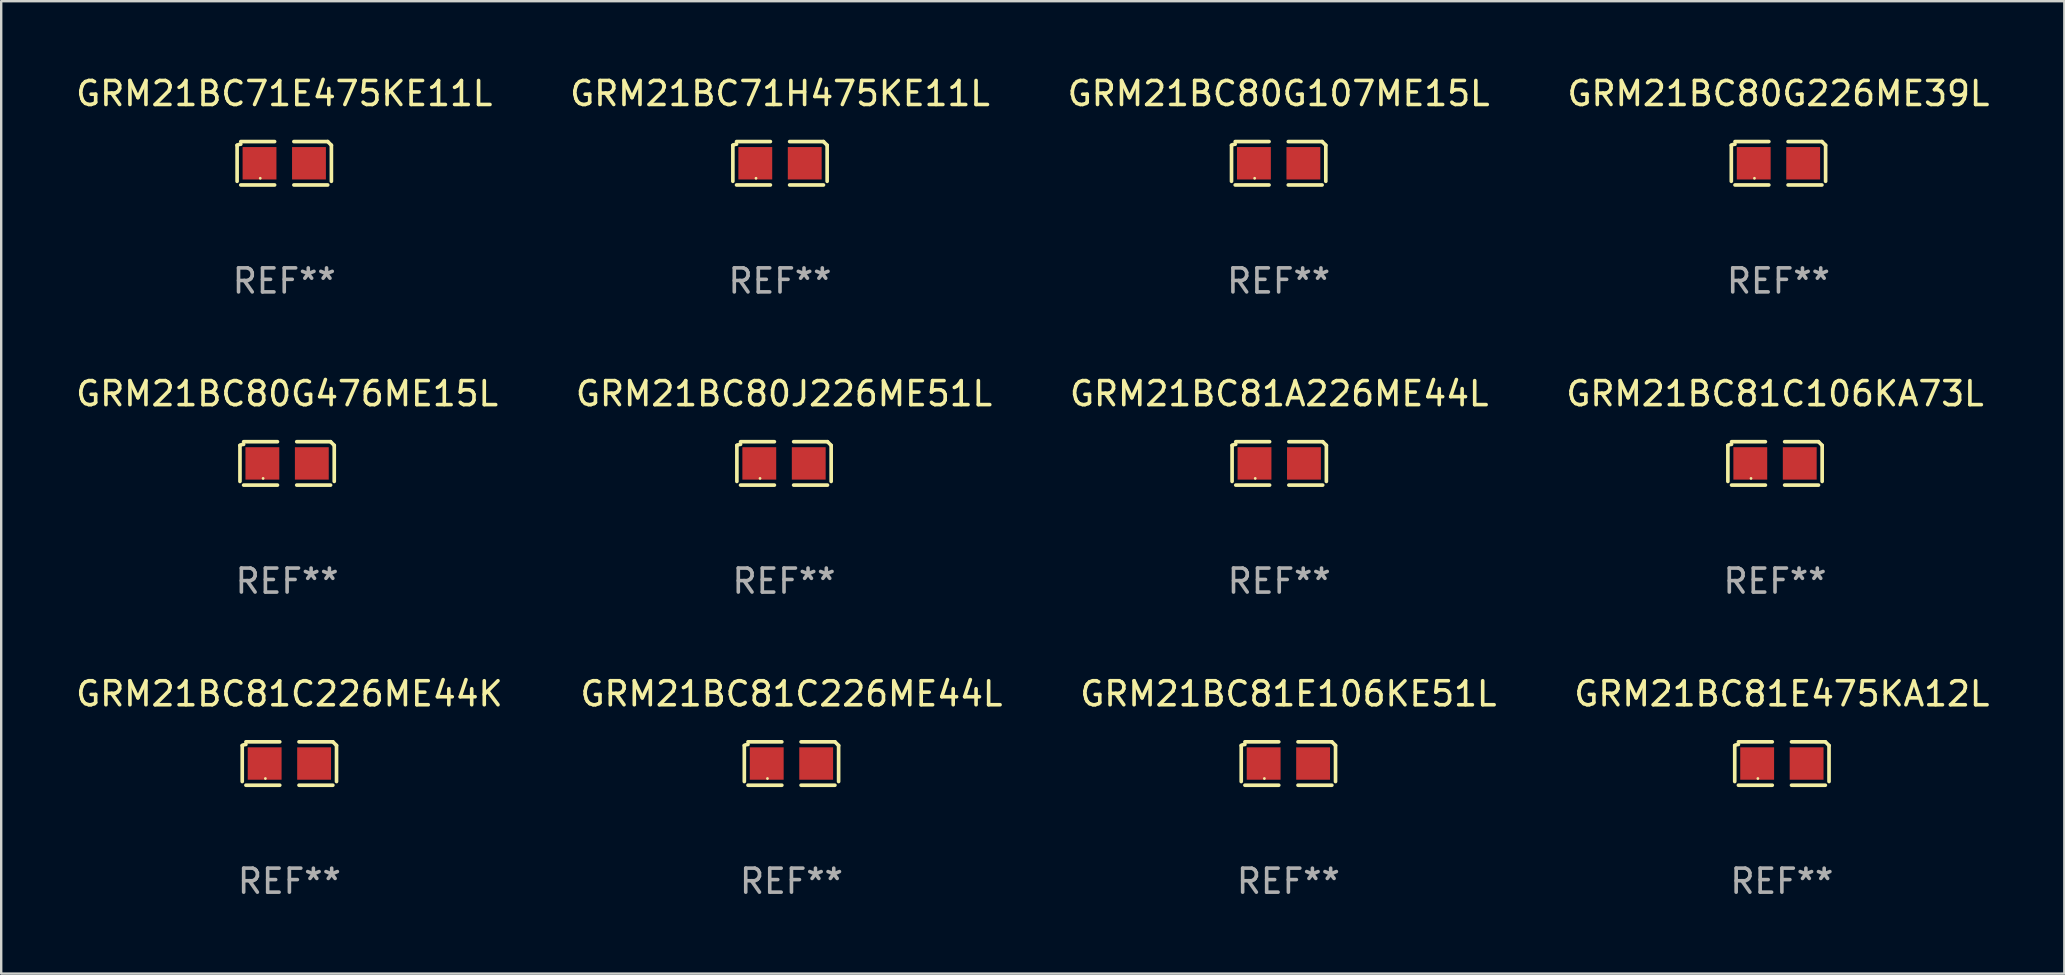
<source format=kicad_pcb>
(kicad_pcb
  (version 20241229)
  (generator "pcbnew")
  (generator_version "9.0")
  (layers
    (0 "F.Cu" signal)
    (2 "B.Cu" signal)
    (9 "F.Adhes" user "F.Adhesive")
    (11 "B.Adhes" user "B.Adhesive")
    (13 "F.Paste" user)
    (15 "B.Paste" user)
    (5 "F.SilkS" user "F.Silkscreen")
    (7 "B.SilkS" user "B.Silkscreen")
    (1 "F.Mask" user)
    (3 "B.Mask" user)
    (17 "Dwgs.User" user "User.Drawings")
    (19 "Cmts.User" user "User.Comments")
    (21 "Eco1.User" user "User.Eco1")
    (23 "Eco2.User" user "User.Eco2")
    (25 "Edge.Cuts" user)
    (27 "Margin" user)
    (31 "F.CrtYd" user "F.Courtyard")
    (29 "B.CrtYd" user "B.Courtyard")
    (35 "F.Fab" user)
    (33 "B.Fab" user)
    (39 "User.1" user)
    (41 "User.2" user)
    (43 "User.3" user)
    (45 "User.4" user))
  (footprint "GRM21BC81E475KA12L"
    (layer "F.Cu")
    (at 71.185 28.759)
    (property "Reference" "GRM21BC81E475KA12L" (at 0 -2.904 0) (layer "F.SilkS") (effects (font (size 1 1) (thickness 0.15))))
    (attr through_hole)
    (fp_line (start -1.964 0.751) (end -1.964 -0.751) (stroke (width 0.152) (type solid)) (layer "F.SilkS"))
    (fp_line (start -1.811 -0.904) (end -0.401 -0.904) (stroke (width 0.152) (type solid)) (layer "F.SilkS"))
    (fp_line (start -0.401 0.904) (end -1.811 0.904) (stroke (width 0.152) (type solid)) (layer "F.SilkS"))
    (fp_line (start 0.401 0.904) (end 1.811 0.904) (stroke (width 0.152) (type solid)) (layer "F.SilkS"))
    (fp_line (start 1.811 -0.904) (end 0.401 -0.904) (stroke (width 0.152) (type solid)) (layer "F.SilkS"))
    (fp_line (start 1.964 0.751) (end 1.964 -0.751) (stroke (width 0.152) (type solid)) (layer "F.SilkS"))
    (fp_arc (start -1.963602 -0.751207) (mid -1.890354 -0.783131) (end -1.811201 -0.794044) (stroke (width 0.1524) (type solid)) (layer "F.SilkS"))
    (fp_arc (start 1.811202 -0.903607) (mid 1.887413 -0.827418) (end 1.963602 -0.751207) (stroke (width 0.1524) (type solid)) (layer "F.SilkS"))
    (fp_circle (center -1 0.625) (end -0.97 0.625) (stroke (width 0.06) (type solid)) (fill no) (layer "F.SilkS"))
    (fp_text user "REF**" (at 0 4.904 0) (layer "F.Fab") (effects (font (size 1 1) (thickness 0.15))))
    (pad "1" smd rect (at -1.03 0) (size 1.41 1.35) (layers "F.Cu" "F.Mask" "F.Paste"))
    (pad "2" smd rect (at 1.03 0) (size 1.41 1.35) (layers "F.Cu" "F.Mask" "F.Paste")))
  (footprint "GRM21BC80G226ME39L"
    (layer "F.Cu")
    (at 71.042 3.752)
    (property "Reference" "GRM21BC80G226ME39L" (at 0 -2.904 0) (layer "F.SilkS") (effects (font (size 1 1) (thickness 0.15))))
    (attr through_hole)
    (fp_line (start -1.964 0.751) (end -1.964 -0.751) (stroke (width 0.152) (type solid)) (layer "F.SilkS"))
    (fp_line (start -1.811 -0.904) (end -0.401 -0.904) (stroke (width 0.152) (type solid)) (layer "F.SilkS"))
    (fp_line (start -0.401 0.904) (end -1.811 0.904) (stroke (width 0.152) (type solid)) (layer "F.SilkS"))
    (fp_line (start 0.401 0.904) (end 1.811 0.904) (stroke (width 0.152) (type solid)) (layer "F.SilkS"))
    (fp_line (start 1.811 -0.904) (end 0.401 -0.904) (stroke (width 0.152) (type solid)) (layer "F.SilkS"))
    (fp_line (start 1.964 0.751) (end 1.964 -0.751) (stroke (width 0.152) (type solid)) (layer "F.SilkS"))
    (fp_arc (start -1.963602 -0.751207) (mid -1.890354 -0.783131) (end -1.811201 -0.794044) (stroke (width 0.1524) (type solid)) (layer "F.SilkS"))
    (fp_arc (start 1.811202 -0.903607) (mid 1.887413 -0.827418) (end 1.963602 -0.751207) (stroke (width 0.1524) (type solid)) (layer "F.SilkS"))
    (fp_circle (center -1 0.625) (end -0.97 0.625) (stroke (width 0.06) (type solid)) (fill no) (layer "F.SilkS"))
    (fp_text user "REF**" (at 0 4.904 0) (layer "F.Fab") (effects (font (size 1 1) (thickness 0.15))))
    (pad "1" smd rect (at -1.03 0) (size 1.41 1.35) (layers "F.Cu" "F.Mask" "F.Paste"))
    (pad "2" smd rect (at 1.03 0) (size 1.41 1.35) (layers "F.Cu" "F.Mask" "F.Paste")))
  (footprint "GRM21BC81C226ME44K"
    (layer "F.Cu")
    (at 9.006 28.759)
    (property "Reference" "GRM21BC81C226ME44K" (at 0 -2.904 0) (layer "F.SilkS") (effects (font (size 1 1) (thickness 0.15))))
    (attr through_hole)
    (fp_line (start -1.964 0.751) (end -1.964 -0.751) (stroke (width 0.152) (type solid)) (layer "F.SilkS"))
    (fp_line (start -1.811 -0.904) (end -0.401 -0.904) (stroke (width 0.152) (type solid)) (layer "F.SilkS"))
    (fp_line (start -0.401 0.904) (end -1.811 0.904) (stroke (width 0.152) (type solid)) (layer "F.SilkS"))
    (fp_line (start 0.401 0.904) (end 1.811 0.904) (stroke (width 0.152) (type solid)) (layer "F.SilkS"))
    (fp_line (start 1.811 -0.904) (end 0.401 -0.904) (stroke (width 0.152) (type solid)) (layer "F.SilkS"))
    (fp_line (start 1.964 0.751) (end 1.964 -0.751) (stroke (width 0.152) (type solid)) (layer "F.SilkS"))
    (fp_arc (start -1.963602 -0.751207) (mid -1.890354 -0.783131) (end -1.811201 -0.794044) (stroke (width 0.1524) (type solid)) (layer "F.SilkS"))
    (fp_arc (start 1.811202 -0.903607) (mid 1.887413 -0.827418) (end 1.963602 -0.751207) (stroke (width 0.1524) (type solid)) (layer "F.SilkS"))
    (fp_circle (center -1 0.625) (end -0.97 0.625) (stroke (width 0.06) (type solid)) (fill no) (layer "F.SilkS"))
    (fp_text user "REF**" (at 0 4.904 0) (layer "F.Fab") (effects (font (size 1 1) (thickness 0.15))))
    (pad "1" smd rect (at -1.03 0) (size 1.41 1.35) (layers "F.Cu" "F.Mask" "F.Paste"))
    (pad "2" smd rect (at 1.03 0) (size 1.41 1.35) (layers "F.Cu" "F.Mask" "F.Paste")))
  (footprint "GRM21BC80J226ME51L"
    (layer "F.Cu")
    (at 29.613 16.256)
    (property "Reference" "GRM21BC80J226ME51L" (at 0 -2.904 0) (layer "F.SilkS") (effects (font (size 1 1) (thickness 0.15))))
    (attr through_hole)
    (fp_line (start -1.964 0.751) (end -1.964 -0.751) (stroke (width 0.152) (type solid)) (layer "F.SilkS"))
    (fp_line (start -1.811 -0.904) (end -0.401 -0.904) (stroke (width 0.152) (type solid)) (layer "F.SilkS"))
    (fp_line (start -0.401 0.904) (end -1.811 0.904) (stroke (width 0.152) (type solid)) (layer "F.SilkS"))
    (fp_line (start 0.401 0.904) (end 1.811 0.904) (stroke (width 0.152) (type solid)) (layer "F.SilkS"))
    (fp_line (start 1.811 -0.904) (end 0.401 -0.904) (stroke (width 0.152) (type solid)) (layer "F.SilkS"))
    (fp_line (start 1.964 0.751) (end 1.964 -0.751) (stroke (width 0.152) (type solid)) (layer "F.SilkS"))
    (fp_arc (start -1.963602 -0.751207) (mid -1.890354 -0.783131) (end -1.811201 -0.794044) (stroke (width 0.1524) (type solid)) (layer "F.SilkS"))
    (fp_arc (start 1.811202 -0.903607) (mid 1.887413 -0.827418) (end 1.963602 -0.751207) (stroke (width 0.1524) (type solid)) (layer "F.SilkS"))
    (fp_circle (center -1 0.625) (end -0.97 0.625) (stroke (width 0.06) (type solid)) (fill no) (layer "F.SilkS"))
    (fp_text user "REF**" (at 0 4.904 0) (layer "F.Fab") (effects (font (size 1 1) (thickness 0.15))))
    (pad "1" smd rect (at -1.03 0) (size 1.41 1.35) (layers "F.Cu" "F.Mask" "F.Paste"))
    (pad "2" smd rect (at 1.03 0) (size 1.41 1.35) (layers "F.Cu" "F.Mask" "F.Paste")))
  (footprint "GRM21BC81E106KE51L"
    (layer "F.Cu")
    (at 50.625 28.759)
    (property "Reference" "GRM21BC81E106KE51L" (at 0 -2.904 0) (layer "F.SilkS") (effects (font (size 1 1) (thickness 0.15))))
    (attr through_hole)
    (fp_line (start -1.964 0.751) (end -1.964 -0.751) (stroke (width 0.152) (type solid)) (layer "F.SilkS"))
    (fp_line (start -1.811 -0.904) (end -0.401 -0.904) (stroke (width 0.152) (type solid)) (layer "F.SilkS"))
    (fp_line (start -0.401 0.904) (end -1.811 0.904) (stroke (width 0.152) (type solid)) (layer "F.SilkS"))
    (fp_line (start 0.401 0.904) (end 1.811 0.904) (stroke (width 0.152) (type solid)) (layer "F.SilkS"))
    (fp_line (start 1.811 -0.904) (end 0.401 -0.904) (stroke (width 0.152) (type solid)) (layer "F.SilkS"))
    (fp_line (start 1.964 0.751) (end 1.964 -0.751) (stroke (width 0.152) (type solid)) (layer "F.SilkS"))
    (fp_arc (start -1.963602 -0.751207) (mid -1.890354 -0.783131) (end -1.811201 -0.794044) (stroke (width 0.1524) (type solid)) (layer "F.SilkS"))
    (fp_arc (start 1.811202 -0.903607) (mid 1.887413 -0.827418) (end 1.963602 -0.751207) (stroke (width 0.1524) (type solid)) (layer "F.SilkS"))
    (fp_circle (center -1 0.625) (end -0.97 0.625) (stroke (width 0.06) (type solid)) (fill no) (layer "F.SilkS"))
    (fp_text user "REF**" (at 0 4.904 0) (layer "F.Fab") (effects (font (size 1 1) (thickness 0.15))))
    (pad "1" smd rect (at -1.03 0) (size 1.41 1.35) (layers "F.Cu" "F.Mask" "F.Paste"))
    (pad "2" smd rect (at 1.03 0) (size 1.41 1.35) (layers "F.Cu" "F.Mask" "F.Paste")))
  (footprint "GRM21BC81C226ME44L"
    (layer "F.Cu")
    (at 29.923 28.759)
    (property "Reference" "GRM21BC81C226ME44L" (at 0 -2.904 0) (layer "F.SilkS") (effects (font (size 1 1) (thickness 0.15))))
    (attr through_hole)
    (fp_line (start -1.964 0.751) (end -1.964 -0.751) (stroke (width 0.152) (type solid)) (layer "F.SilkS"))
    (fp_line (start -1.811 -0.904) (end -0.401 -0.904) (stroke (width 0.152) (type solid)) (layer "F.SilkS"))
    (fp_line (start -0.401 0.904) (end -1.811 0.904) (stroke (width 0.152) (type solid)) (layer "F.SilkS"))
    (fp_line (start 0.401 0.904) (end 1.811 0.904) (stroke (width 0.152) (type solid)) (layer "F.SilkS"))
    (fp_line (start 1.811 -0.904) (end 0.401 -0.904) (stroke (width 0.152) (type solid)) (layer "F.SilkS"))
    (fp_line (start 1.964 0.751) (end 1.964 -0.751) (stroke (width 0.152) (type solid)) (layer "F.SilkS"))
    (fp_arc (start -1.963602 -0.751207) (mid -1.890354 -0.783131) (end -1.811201 -0.794044) (stroke (width 0.1524) (type solid)) (layer "F.SilkS"))
    (fp_arc (start 1.811202 -0.903607) (mid 1.887413 -0.827418) (end 1.963602 -0.751207) (stroke (width 0.1524) (type solid)) (layer "F.SilkS"))
    (fp_circle (center -1 0.625) (end -0.97 0.625) (stroke (width 0.06) (type solid)) (fill no) (layer "F.SilkS"))
    (fp_text user "REF**" (at 0 4.904 0) (layer "F.Fab") (effects (font (size 1 1) (thickness 0.15))))
    (pad "1" smd rect (at -1.03 0) (size 1.41 1.35) (layers "F.Cu" "F.Mask" "F.Paste"))
    (pad "2" smd rect (at 1.03 0) (size 1.41 1.35) (layers "F.Cu" "F.Mask" "F.Paste")))
  (footprint "GRM21BC71H475KE11L"
    (layer "F.Cu")
    (at 29.446 3.752)
    (property "Reference" "GRM21BC71H475KE11L" (at 0 -2.904 0) (layer "F.SilkS") (effects (font (size 1 1) (thickness 0.15))))
    (attr through_hole)
    (fp_line (start -1.964 0.751) (end -1.964 -0.751) (stroke (width 0.152) (type solid)) (layer "F.SilkS"))
    (fp_line (start -1.811 -0.904) (end -0.401 -0.904) (stroke (width 0.152) (type solid)) (layer "F.SilkS"))
    (fp_line (start -0.401 0.904) (end -1.811 0.904) (stroke (width 0.152) (type solid)) (layer "F.SilkS"))
    (fp_line (start 0.401 0.904) (end 1.811 0.904) (stroke (width 0.152) (type solid)) (layer "F.SilkS"))
    (fp_line (start 1.811 -0.904) (end 0.401 -0.904) (stroke (width 0.152) (type solid)) (layer "F.SilkS"))
    (fp_line (start 1.964 0.751) (end 1.964 -0.751) (stroke (width 0.152) (type solid)) (layer "F.SilkS"))
    (fp_arc (start -1.963602 -0.751207) (mid -1.890354 -0.783131) (end -1.811201 -0.794044) (stroke (width 0.1524) (type solid)) (layer "F.SilkS"))
    (fp_arc (start 1.811202 -0.903607) (mid 1.887413 -0.827418) (end 1.963602 -0.751207) (stroke (width 0.1524) (type solid)) (layer "F.SilkS"))
    (fp_circle (center -1 0.625) (end -0.97 0.625) (stroke (width 0.06) (type solid)) (fill no) (layer "F.SilkS"))
    (fp_text user "REF**" (at 0 4.904 0) (layer "F.Fab") (effects (font (size 1 1) (thickness 0.15))))
    (pad "1" smd rect (at -1.03 0) (size 1.41 1.35) (layers "F.Cu" "F.Mask" "F.Paste"))
    (pad "2" smd rect (at 1.03 0) (size 1.41 1.35) (layers "F.Cu" "F.Mask" "F.Paste")))
  (footprint "GRM21BC81A226ME44L"
    (layer "F.Cu")
    (at 50.244 16.256)
    (property "Reference" "GRM21BC81A226ME44L" (at 0 -2.904 0) (layer "F.SilkS") (effects (font (size 1 1) (thickness 0.15))))
    (attr through_hole)
    (fp_line (start -1.964 0.751) (end -1.964 -0.751) (stroke (width 0.152) (type solid)) (layer "F.SilkS"))
    (fp_line (start -1.811 -0.904) (end -0.401 -0.904) (stroke (width 0.152) (type solid)) (layer "F.SilkS"))
    (fp_line (start -0.401 0.904) (end -1.811 0.904) (stroke (width 0.152) (type solid)) (layer "F.SilkS"))
    (fp_line (start 0.401 0.904) (end 1.811 0.904) (stroke (width 0.152) (type solid)) (layer "F.SilkS"))
    (fp_line (start 1.811 -0.904) (end 0.401 -0.904) (stroke (width 0.152) (type solid)) (layer "F.SilkS"))
    (fp_line (start 1.964 0.751) (end 1.964 -0.751) (stroke (width 0.152) (type solid)) (layer "F.SilkS"))
    (fp_arc (start -1.963602 -0.751207) (mid -1.890354 -0.783131) (end -1.811201 -0.794044) (stroke (width 0.1524) (type solid)) (layer "F.SilkS"))
    (fp_arc (start 1.811202 -0.903607) (mid 1.887413 -0.827418) (end 1.963602 -0.751207) (stroke (width 0.1524) (type solid)) (layer "F.SilkS"))
    (fp_circle (center -1 0.625) (end -0.97 0.625) (stroke (width 0.06) (type solid)) (fill no) (layer "F.SilkS"))
    (fp_text user "REF**" (at 0 4.904 0) (layer "F.Fab") (effects (font (size 1 1) (thickness 0.15))))
    (pad "1" smd rect (at -1.03 0) (size 1.41 1.35) (layers "F.Cu" "F.Mask" "F.Paste"))
    (pad "2" smd rect (at 1.03 0) (size 1.41 1.35) (layers "F.Cu" "F.Mask" "F.Paste")))
  (footprint "GRM21BC71E475KE11L"
    (layer "F.Cu")
    (at 8.792 3.752)
    (property "Reference" "GRM21BC71E475KE11L" (at 0 -2.904 0) (layer "F.SilkS") (effects (font (size 1 1) (thickness 0.15))))
    (attr through_hole)
    (fp_line (start -1.964 0.751) (end -1.964 -0.751) (stroke (width 0.152) (type solid)) (layer "F.SilkS"))
    (fp_line (start -1.811 -0.904) (end -0.401 -0.904) (stroke (width 0.152) (type solid)) (layer "F.SilkS"))
    (fp_line (start -0.401 0.904) (end -1.811 0.904) (stroke (width 0.152) (type solid)) (layer "F.SilkS"))
    (fp_line (start 0.401 0.904) (end 1.811 0.904) (stroke (width 0.152) (type solid)) (layer "F.SilkS"))
    (fp_line (start 1.811 -0.904) (end 0.401 -0.904) (stroke (width 0.152) (type solid)) (layer "F.SilkS"))
    (fp_line (start 1.964 0.751) (end 1.964 -0.751) (stroke (width 0.152) (type solid)) (layer "F.SilkS"))
    (fp_arc (start -1.963602 -0.751207) (mid -1.890354 -0.783131) (end -1.811201 -0.794044) (stroke (width 0.1524) (type solid)) (layer "F.SilkS"))
    (fp_arc (start 1.811202 -0.903607) (mid 1.887413 -0.827418) (end 1.963602 -0.751207) (stroke (width 0.1524) (type solid)) (layer "F.SilkS"))
    (fp_circle (center -1 0.625) (end -0.97 0.625) (stroke (width 0.06) (type solid)) (fill no) (layer "F.SilkS"))
    (fp_text user "REF**" (at 0 4.904 0) (layer "F.Fab") (effects (font (size 1 1) (thickness 0.15))))
    (pad "1" smd rect (at -1.03 0) (size 1.41 1.35) (layers "F.Cu" "F.Mask" "F.Paste"))
    (pad "2" smd rect (at 1.03 0) (size 1.41 1.35) (layers "F.Cu" "F.Mask" "F.Paste")))
  (footprint "GRM21BC80G476ME15L"
    (layer "F.Cu")
    (at 8.911 16.256)
    (property "Reference" "GRM21BC80G476ME15L" (at 0 -2.904 0) (layer "F.SilkS") (effects (font (size 1 1) (thickness 0.15))))
    (attr through_hole)
    (fp_line (start -1.964 0.751) (end -1.964 -0.751) (stroke (width 0.152) (type solid)) (layer "F.SilkS"))
    (fp_line (start -1.811 -0.904) (end -0.401 -0.904) (stroke (width 0.152) (type solid)) (layer "F.SilkS"))
    (fp_line (start -0.401 0.904) (end -1.811 0.904) (stroke (width 0.152) (type solid)) (layer "F.SilkS"))
    (fp_line (start 0.401 0.904) (end 1.811 0.904) (stroke (width 0.152) (type solid)) (layer "F.SilkS"))
    (fp_line (start 1.811 -0.904) (end 0.401 -0.904) (stroke (width 0.152) (type solid)) (layer "F.SilkS"))
    (fp_line (start 1.964 0.751) (end 1.964 -0.751) (stroke (width 0.152) (type solid)) (layer "F.SilkS"))
    (fp_arc (start -1.963602 -0.751207) (mid -1.890354 -0.783131) (end -1.811201 -0.794044) (stroke (width 0.1524) (type solid)) (layer "F.SilkS"))
    (fp_arc (start 1.811202 -0.903607) (mid 1.887413 -0.827418) (end 1.963602 -0.751207) (stroke (width 0.1524) (type solid)) (layer "F.SilkS"))
    (fp_circle (center -1 0.625) (end -0.97 0.625) (stroke (width 0.06) (type solid)) (fill no) (layer "F.SilkS"))
    (fp_text user "REF**" (at 0 4.904 0) (layer "F.Fab") (effects (font (size 1 1) (thickness 0.15))))
    (pad "1" smd rect (at -1.03 0) (size 1.41 1.35) (layers "F.Cu" "F.Mask" "F.Paste"))
    (pad "2" smd rect (at 1.03 0) (size 1.41 1.35) (layers "F.Cu" "F.Mask" "F.Paste")))
  (footprint "GRM21BC80G107ME15L"
    (layer "F.Cu")
    (at 50.22 3.752)
    (property "Reference" "GRM21BC80G107ME15L" (at 0 -2.904 0) (layer "F.SilkS") (effects (font (size 1 1) (thickness 0.15))))
    (attr through_hole)
    (fp_line (start -1.964 0.751) (end -1.964 -0.751) (stroke (width 0.152) (type solid)) (layer "F.SilkS"))
    (fp_line (start -1.811 -0.904) (end -0.401 -0.904) (stroke (width 0.152) (type solid)) (layer "F.SilkS"))
    (fp_line (start -0.401 0.904) (end -1.811 0.904) (stroke (width 0.152) (type solid)) (layer "F.SilkS"))
    (fp_line (start 0.401 0.904) (end 1.811 0.904) (stroke (width 0.152) (type solid)) (layer "F.SilkS"))
    (fp_line (start 1.811 -0.904) (end 0.401 -0.904) (stroke (width 0.152) (type solid)) (layer "F.SilkS"))
    (fp_line (start 1.964 0.751) (end 1.964 -0.751) (stroke (width 0.152) (type solid)) (layer "F.SilkS"))
    (fp_arc (start -1.963602 -0.751207) (mid -1.890354 -0.783131) (end -1.811201 -0.794044) (stroke (width 0.1524) (type solid)) (layer "F.SilkS"))
    (fp_arc (start 1.811202 -0.903607) (mid 1.887413 -0.827418) (end 1.963602 -0.751207) (stroke (width 0.1524) (type solid)) (layer "F.SilkS"))
    (fp_circle (center -1 0.625) (end -0.97 0.625) (stroke (width 0.06) (type solid)) (fill no) (layer "F.SilkS"))
    (fp_text user "REF**" (at 0 4.904 0) (layer "F.Fab") (effects (font (size 1 1) (thickness 0.15))))
    (pad "1" smd rect (at -1.03 0) (size 1.41 1.35) (layers "F.Cu" "F.Mask" "F.Paste"))
    (pad "2" smd rect (at 1.03 0) (size 1.41 1.35) (layers "F.Cu" "F.Mask" "F.Paste")))
  (footprint "GRM21BC81C106KA73L"
    (layer "F.Cu")
    (at 70.899 16.256)
    (property "Reference" "GRM21BC81C106KA73L" (at 0 -2.904 0) (layer "F.SilkS") (effects (font (size 1 1) (thickness 0.15))))
    (attr through_hole)
    (fp_line (start -1.964 0.751) (end -1.964 -0.751) (stroke (width 0.152) (type solid)) (layer "F.SilkS"))
    (fp_line (start -1.811 -0.904) (end -0.401 -0.904) (stroke (width 0.152) (type solid)) (layer "F.SilkS"))
    (fp_line (start -0.401 0.904) (end -1.811 0.904) (stroke (width 0.152) (type solid)) (layer "F.SilkS"))
    (fp_line (start 0.401 0.904) (end 1.811 0.904) (stroke (width 0.152) (type solid)) (layer "F.SilkS"))
    (fp_line (start 1.811 -0.904) (end 0.401 -0.904) (stroke (width 0.152) (type solid)) (layer "F.SilkS"))
    (fp_line (start 1.964 0.751) (end 1.964 -0.751) (stroke (width 0.152) (type solid)) (layer "F.SilkS"))
    (fp_arc (start -1.963602 -0.751207) (mid -1.890354 -0.783131) (end -1.811201 -0.794044) (stroke (width 0.1524) (type solid)) (layer "F.SilkS"))
    (fp_arc (start 1.811202 -0.903607) (mid 1.887413 -0.827418) (end 1.963602 -0.751207) (stroke (width 0.1524) (type solid)) (layer "F.SilkS"))
    (fp_circle (center -1 0.625) (end -0.97 0.625) (stroke (width 0.06) (type solid)) (fill no) (layer "F.SilkS"))
    (fp_text user "REF**" (at 0 4.904 0) (layer "F.Fab") (effects (font (size 1 1) (thickness 0.15))))
    (pad "1" smd rect (at -1.03 0) (size 1.41 1.35) (layers "F.Cu" "F.Mask" "F.Paste"))
    (pad "2" smd rect (at 1.03 0) (size 1.41 1.35) (layers "F.Cu" "F.Mask" "F.Paste")))
  (gr_rect
    (start -3 -3)
    (end 82.952 37.511)
    (stroke (width 0.1) (type default))
    (fill no)
    (layer "Edge.Cuts")))
</source>
